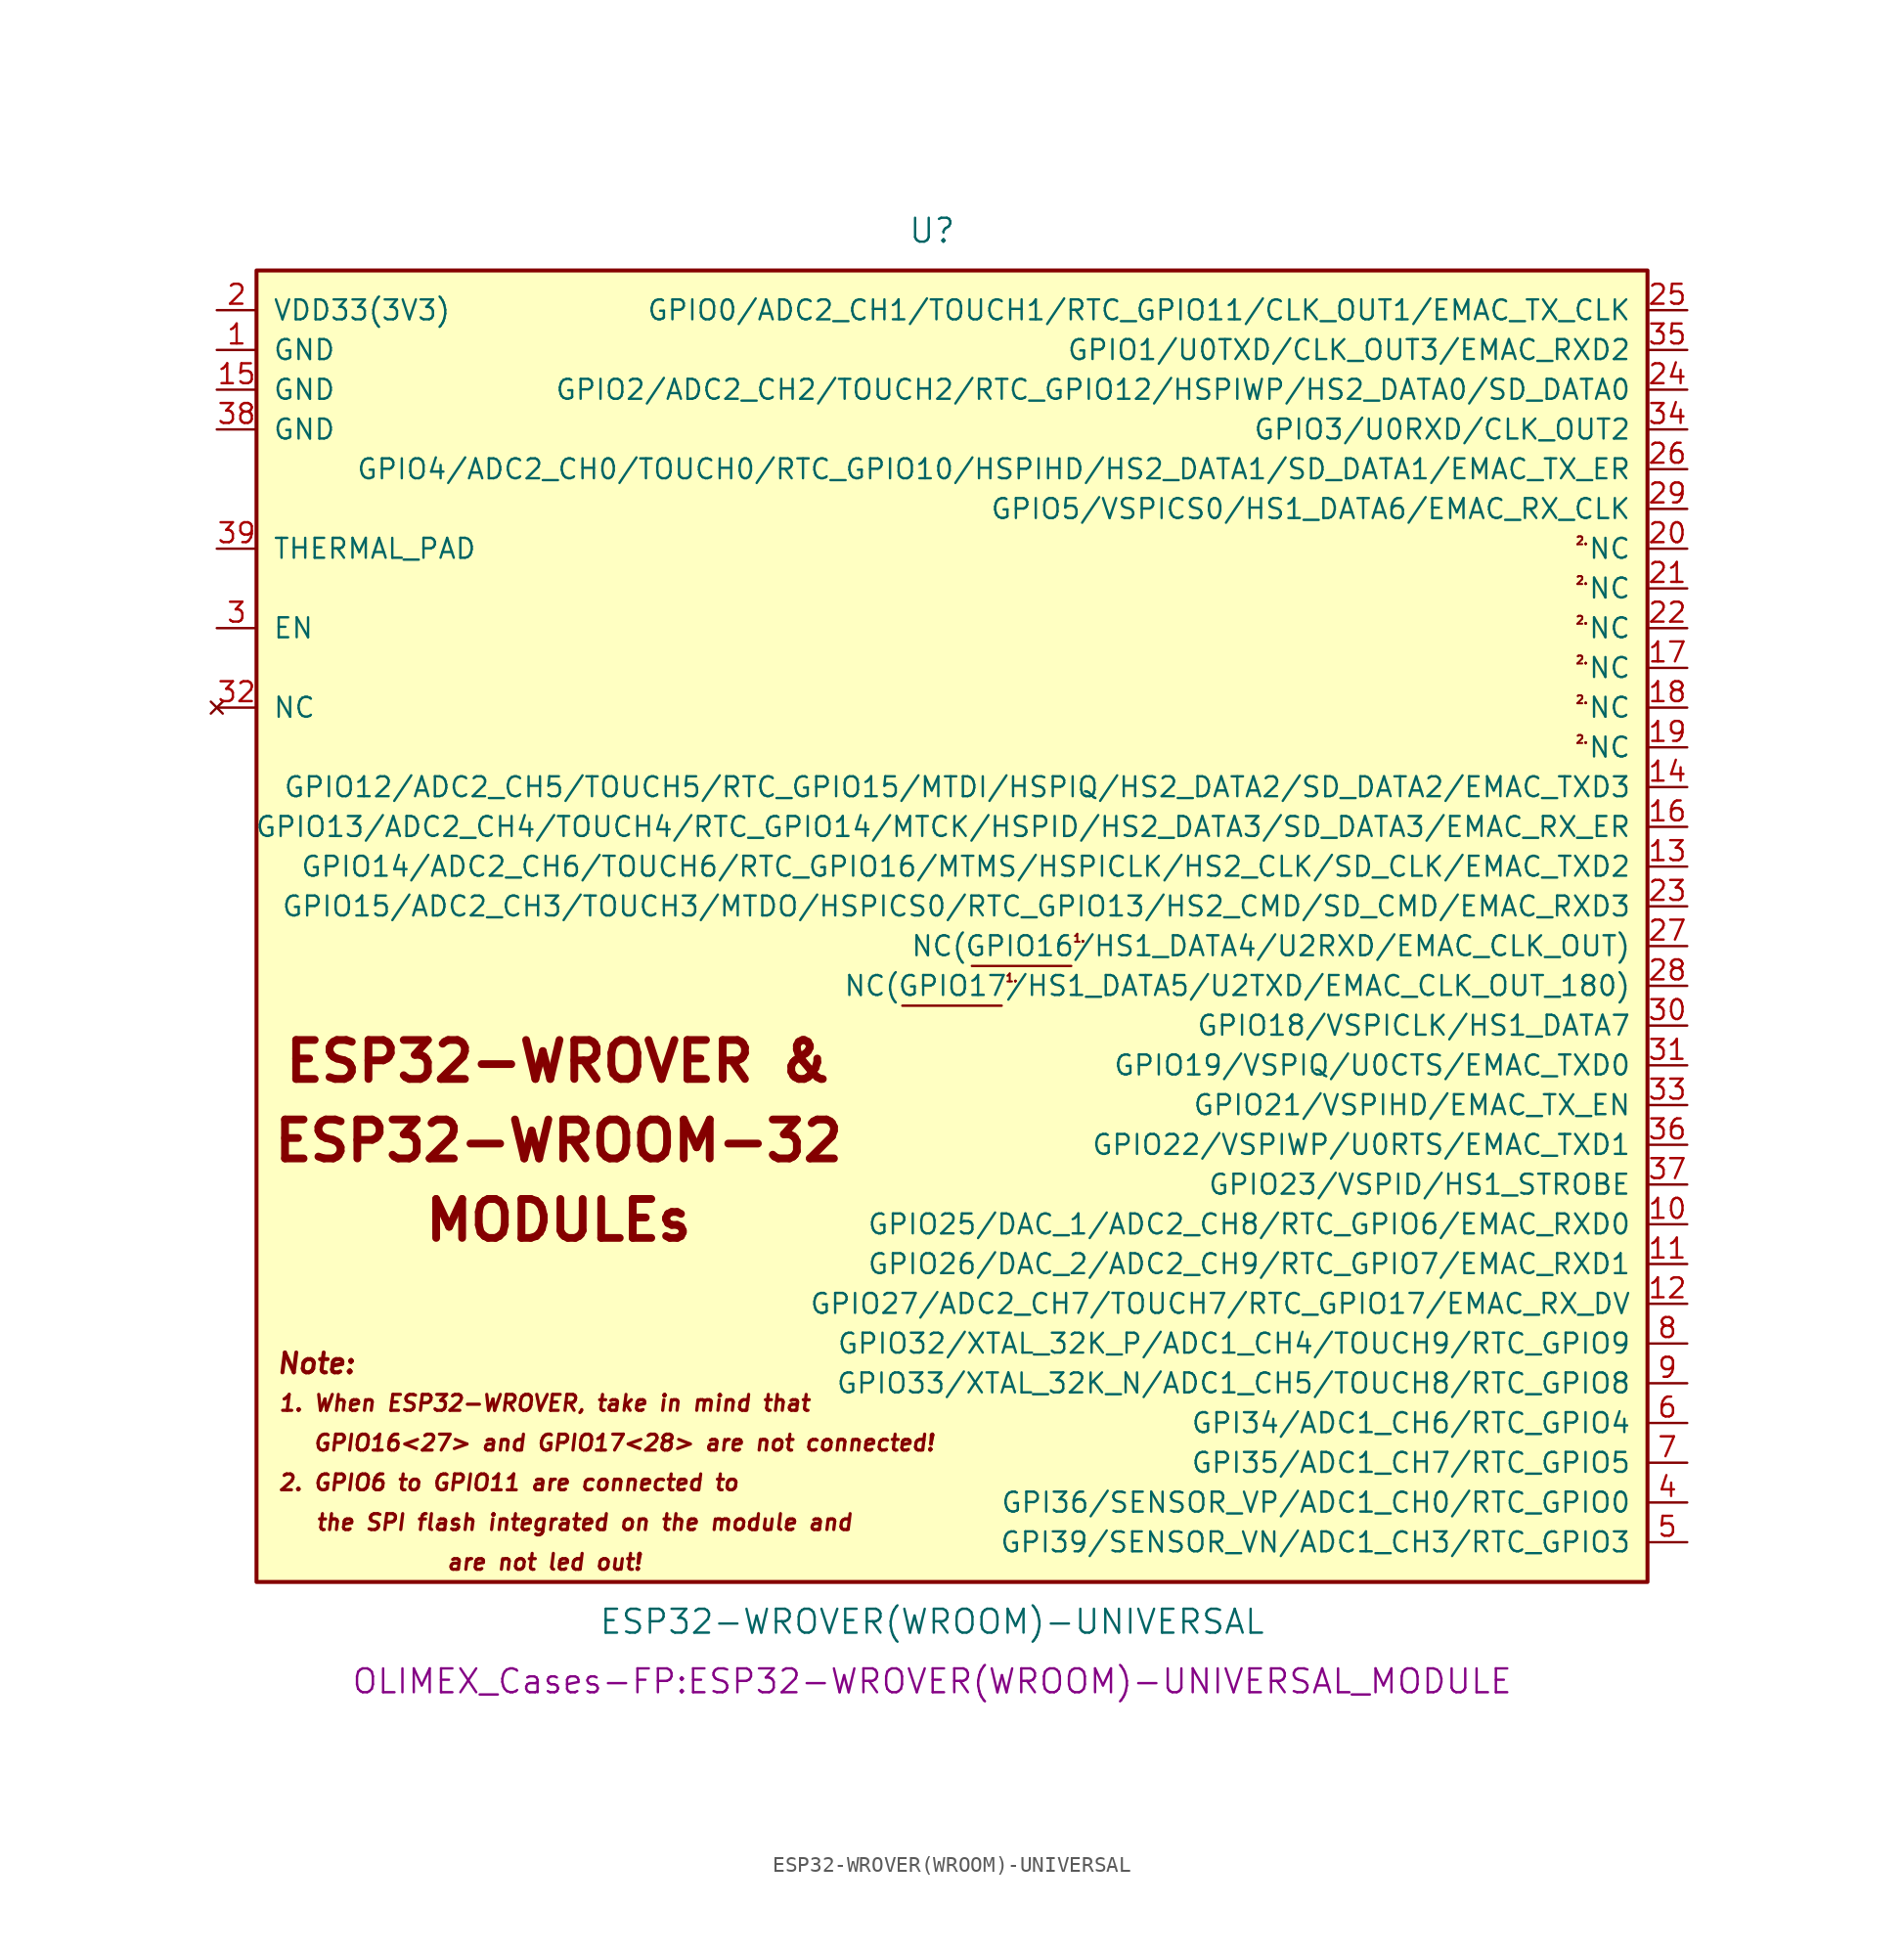
<source format=kicad_sym>
(kicad_symbol_lib
  (version 20231120)
  (generator "kicad_symbol_editor")
  (generator_version "8.0")
  (symbol "ESP32-WROVER(WROOM)-UNIVERSAL"
    (pin_names
      (offset 1.016))
    (property "Reference" "U"
      (at 0 43.18 0)
      (effects (font (size 1.524 1.524))))
    (property "Value" "ESP32-WROVER(WROOM)-UNIVERSAL"
      (at 0 -45.72 0)
      (effects (font (size 1.524 1.524))))
    (property "Footprint" "OLIMEX_Cases-FP:ESP32-WROVER(WROOM)-UNIVERSAL_MODULE"
      (at 0 -49.53 0)
      (effects (font (size 1.524 1.524))))
    (property "Datasheet" ""
      (at -22.86 5.08 0)
      (effects (font (size 1.524 1.524))))
    (symbol "ESP32-WROVER(WROOM)-UNIVERSAL_0_0"
      (polyline (pts (xy -1.905 -6.35) (xy 4.445 -6.35)) (stroke (width 0) (type solid)) (fill (type none)))
      (polyline (pts (xy 2.54 -3.81) (xy 8.89 -3.81)) (stroke (width 0) (type solid)) (fill (type none)))
      (text "1." (at 5.08 -4.572 0) (effects (font (size 0.508 0.508))))
      (text "1." (at 9.398 -2.032 0) (effects (font (size 0.508 0.508))))
      (text "1. When ESP32-WROVER, take in mind that" (at -24.765 -31.75 0) (effects (font (size 1.016 1.016) (bold yes) (italic yes))))
      (text "2." (at 41.529 10.668 0) (effects (font (size 0.508 0.508))))
      (text "2." (at 41.529 13.208 0) (effects (font (size 0.508 0.508))))
      (text "2." (at 41.529 15.748 0) (effects (font (size 0.508 0.508))))
      (text "2." (at 41.529 18.288 0) (effects (font (size 0.508 0.508))))
      (text "2." (at 41.529 20.828 0) (effects (font (size 0.508 0.508))))
      (text "2." (at 41.529 23.368 0) (effects (font (size 0.508 0.508))))
      (text "2. GPIO6 to GPIO11 are connected to " (at -26.67 -36.83 0) (effects (font (size 1.016 1.016) (bold yes) (italic yes))))
      (text "are not led out!" (at -24.765 -41.91 0) (effects (font (size 1.016 1.016) (bold yes) (italic yes))))
      (text "ESP32-WROOM-32" (at -23.876 -14.986 0) (effects (font (size 2.489 2.489) (bold yes))))
      (text "ESP32-WROVER &" (at -23.876 -9.906 0) (effects (font (size 2.489 2.489) (bold yes))))
      (text "GPIO16<27> and GPIO17<28> are not connected!" (at -19.685 -34.29 0) (effects (font (size 1.016 1.016) (bold yes) (italic yes))))
      (text "MODULEs" (at -23.876 -20.066 0) (effects (font (size 2.489 2.489) (bold yes))))
      (text "Note:" (at -39.37 -29.21 0) (effects (font (size 1.27 1.27) (bold yes) (italic yes))))
      (text "the SPI flash integrated on the module and" (at -22.225 -39.37 0) (effects (font (size 1.016 1.016) (bold yes) (italic yes)))))
    (symbol "ESP32-WROVER(WROOM)-UNIVERSAL_0_1"
      (rectangle (start -43.18 40.64) (end 45.72 -43.18) (stroke (width 0.254) (type solid)) (fill (type background))))
    (symbol "ESP32-WROVER(WROOM)-UNIVERSAL_1_1"
      (pin power_in line (at -45.72 35.56 0) (length 2.54) (name "GND" (effects (font (size 1.27 1.27)))) (number "1" (effects (font (size 1.27 1.27)))))
      (pin bidirectional line (at 48.26 -20.32 180) (length 2.54) (name "GPIO25/DAC_1/ADC2_CH8/RTC_GPIO6/EMAC_RXD0" (effects (font (size 1.27 1.27)))) (number "10" (effects (font (size 1.27 1.27)))))
      (pin bidirectional line (at 48.26 -22.86 180) (length 2.54) (name "GPIO26/DAC_2/ADC2_CH9/RTC_GPIO7/EMAC_RXD1" (effects (font (size 1.27 1.27)))) (number "11" (effects (font (size 1.27 1.27)))))
      (pin bidirectional line (at 48.26 -25.4 180) (length 2.54) (name "GPIO27/ADC2_CH7/TOUCH7/RTC_GPIO17/EMAC_RX_DV" (effects (font (size 1.27 1.27)))) (number "12" (effects (font (size 1.27 1.27)))))
      (pin bidirectional line (at 48.26 2.54 180) (length 2.54) (name "GPIO14/ADC2_CH6/TOUCH6/RTC_GPIO16/MTMS/HSPICLK/HS2_CLK/SD_CLK/EMAC_TXD2" (effects (font (size 1.27 1.27)))) (number "13" (effects (font (size 1.27 1.27)))))
      (pin bidirectional line (at 48.26 7.62 180) (length 2.54) (name "GPIO12/ADC2_CH5/TOUCH5/RTC_GPIO15/MTDI/HSPIQ/HS2_DATA2/SD_DATA2/EMAC_TXD3" (effects (font (size 1.27 1.27)))) (number "14" (effects (font (size 1.27 1.27)))))
      (pin power_in line (at -45.72 33.02 0) (length 2.54) (name "GND" (effects (font (size 1.27 1.27)))) (number "15" (effects (font (size 1.27 1.27)))))
      (pin bidirectional line (at 48.26 5.08 180) (length 2.54) (name "GPIO13/ADC2_CH4/TOUCH4/RTC_GPIO14/MTCK/HSPID/HS2_DATA3/SD_DATA3/EMAC_RX_ER" (effects (font (size 1.27 1.27)))) (number "16" (effects (font (size 1.27 1.27)))))
      (pin bidirectional line (at 48.26 15.24 180) (length 2.54) (name "NC" (effects (font (size 1.27 1.27)))) (number "17" (effects (font (size 1.27 1.27)))))
      (pin bidirectional line (at 48.26 12.7 180) (length 2.54) (name "NC" (effects (font (size 1.27 1.27)))) (number "18" (effects (font (size 1.27 1.27)))))
      (pin bidirectional line (at 48.26 10.16 180) (length 2.54) (name "NC" (effects (font (size 1.27 1.27)))) (number "19" (effects (font (size 1.27 1.27)))))
      (pin power_in line (at -45.72 38.1 0) (length 2.54) (name "VDD33(3V3)" (effects (font (size 1.27 1.27)))) (number "2" (effects (font (size 1.27 1.27)))))
      (pin bidirectional line (at 48.26 22.86 180) (length 2.54) (name "NC" (effects (font (size 1.27 1.27)))) (number "20" (effects (font (size 1.27 1.27)))))
      (pin bidirectional line (at 48.26 20.32 180) (length 2.54) (name "NC" (effects (font (size 1.27 1.27)))) (number "21" (effects (font (size 1.27 1.27)))))
      (pin bidirectional line (at 48.26 17.78 180) (length 2.54) (name "NC" (effects (font (size 1.27 1.27)))) (number "22" (effects (font (size 1.27 1.27)))))
      (pin bidirectional line (at 48.26 0 180) (length 2.54) (name "GPIO15/ADC2_CH3/TOUCH3/MTDO/HSPICS0/RTC_GPIO13/HS2_CMD/SD_CMD/EMAC_RXD3" (effects (font (size 1.27 1.27)))) (number "23" (effects (font (size 1.27 1.27)))))
      (pin bidirectional line (at 48.26 33.02 180) (length 2.54) (name "GPIO2/ADC2_CH2/TOUCH2/RTC_GPIO12/HSPIWP/HS2_DATA0/SD_DATA0" (effects (font (size 1.27 1.27)))) (number "24" (effects (font (size 1.27 1.27)))))
      (pin bidirectional line (at 48.26 38.1 180) (length 2.54) (name "GPIO0/ADC2_CH1/TOUCH1/RTC_GPIO11/CLK_OUT1/EMAC_TX_CLK" (effects (font (size 1.27 1.27)))) (number "25" (effects (font (size 1.27 1.27)))))
      (pin bidirectional line (at 48.26 27.94 180) (length 2.54) (name "GPIO4/ADC2_CH0/TOUCH0/RTC_GPIO10/HSPIHD/HS2_DATA1/SD_DATA1/EMAC_TX_ER" (effects (font (size 1.27 1.27)))) (number "26" (effects (font (size 1.27 1.27)))))
      (pin bidirectional line (at 48.26 -2.54 180) (length 2.54) (name "NC(GPIO16/HS1_DATA4/U2RXD/EMAC_CLK_OUT)" (effects (font (size 1.27 1.27)))) (number "27" (effects (font (size 1.27 1.27)))))
      (pin bidirectional line (at 48.26 -5.08 180) (length 2.54) (name "NC(GPIO17/HS1_DATA5/U2TXD/EMAC_CLK_OUT_180)" (effects (font (size 1.27 1.27)))) (number "28" (effects (font (size 1.27 1.27)))))
      (pin bidirectional line (at 48.26 25.4 180) (length 2.54) (name "GPIO5/VSPICS0/HS1_DATA6/EMAC_RX_CLK" (effects (font (size 1.27 1.27)))) (number "29" (effects (font (size 1.27 1.27)))))
      (pin input line (at -45.72 17.78 0) (length 2.54) (name "EN" (effects (font (size 1.27 1.27)))) (number "3" (effects (font (size 1.27 1.27)))))
      (pin bidirectional line (at 48.26 -7.62 180) (length 2.54) (name "GPIO18/VSPICLK/HS1_DATA7" (effects (font (size 1.27 1.27)))) (number "30" (effects (font (size 1.27 1.27)))))
      (pin bidirectional line (at 48.26 -10.16 180) (length 2.54) (name "GPIO19/VSPIQ/U0CTS/EMAC_TXD0" (effects (font (size 1.27 1.27)))) (number "31" (effects (font (size 1.27 1.27)))))
      (pin no_connect line (at -45.72 12.7 0) (length 2.54) (name "NC" (effects (font (size 1.27 1.27)))) (number "32" (effects (font (size 1.27 1.27)))))
      (pin bidirectional line (at 48.26 -12.7 180) (length 2.54) (name "GPIO21/VSPIHD/EMAC_TX_EN" (effects (font (size 1.27 1.27)))) (number "33" (effects (font (size 1.27 1.27)))))
      (pin bidirectional line (at 48.26 30.48 180) (length 2.54) (name "GPIO3/U0RXD/CLK_OUT2" (effects (font (size 1.27 1.27)))) (number "34" (effects (font (size 1.27 1.27)))))
      (pin bidirectional line (at 48.26 35.56 180) (length 2.54) (name "GPIO1/U0TXD/CLK_OUT3/EMAC_RXD2" (effects (font (size 1.27 1.27)))) (number "35" (effects (font (size 1.27 1.27)))))
      (pin bidirectional line (at 48.26 -15.24 180) (length 2.54) (name "GPIO22/VSPIWP/U0RTS/EMAC_TXD1" (effects (font (size 1.27 1.27)))) (number "36" (effects (font (size 1.27 1.27)))))
      (pin bidirectional line (at 48.26 -17.78 180) (length 2.54) (name "GPIO23/VSPID/HS1_STROBE" (effects (font (size 1.27 1.27)))) (number "37" (effects (font (size 1.27 1.27)))))
      (pin power_in line (at -45.72 30.48 0) (length 2.54) (name "GND" (effects (font (size 1.27 1.27)))) (number "38" (effects (font (size 1.27 1.27)))))
      (pin power_in line (at -45.72 22.86 0) (length 2.54) (name "THERMAL_PAD" (effects (font (size 1.27 1.27)))) (number "39" (effects (font (size 1.27 1.27)))))
      (pin input line (at 48.26 -38.1 180) (length 2.54) (name "GPI36/SENSOR_VP/ADC1_CH0/RTC_GPIO0" (effects (font (size 1.27 1.27)))) (number "4" (effects (font (size 1.27 1.27)))))
      (pin input line (at 48.26 -40.64 180) (length 2.54) (name "GPI39/SENSOR_VN/ADC1_CH3/RTC_GPIO3" (effects (font (size 1.27 1.27)))) (number "5" (effects (font (size 1.27 1.27)))))
      (pin input line (at 48.26 -33.02 180) (length 2.54) (name "GPI34/ADC1_CH6/RTC_GPIO4" (effects (font (size 1.27 1.27)))) (number "6" (effects (font (size 1.27 1.27)))))
      (pin input line (at 48.26 -35.56 180) (length 2.54) (name "GPI35/ADC1_CH7/RTC_GPIO5" (effects (font (size 1.27 1.27)))) (number "7" (effects (font (size 1.27 1.27)))))
      (pin bidirectional line (at 48.26 -27.94 180) (length 2.54) (name "GPIO32/XTAL_32K_P/ADC1_CH4/TOUCH9/RTC_GPIO9" (effects (font (size 1.27 1.27)))) (number "8" (effects (font (size 1.27 1.27)))))
      (pin bidirectional line (at 48.26 -30.48 180) (length 2.54) (name "GPIO33/XTAL_32K_N/ADC1_CH5/TOUCH8/RTC_GPIO8" (effects (font (size 1.27 1.27)))) (number "9" (effects (font (size 1.27 1.27))))))))
</source>
